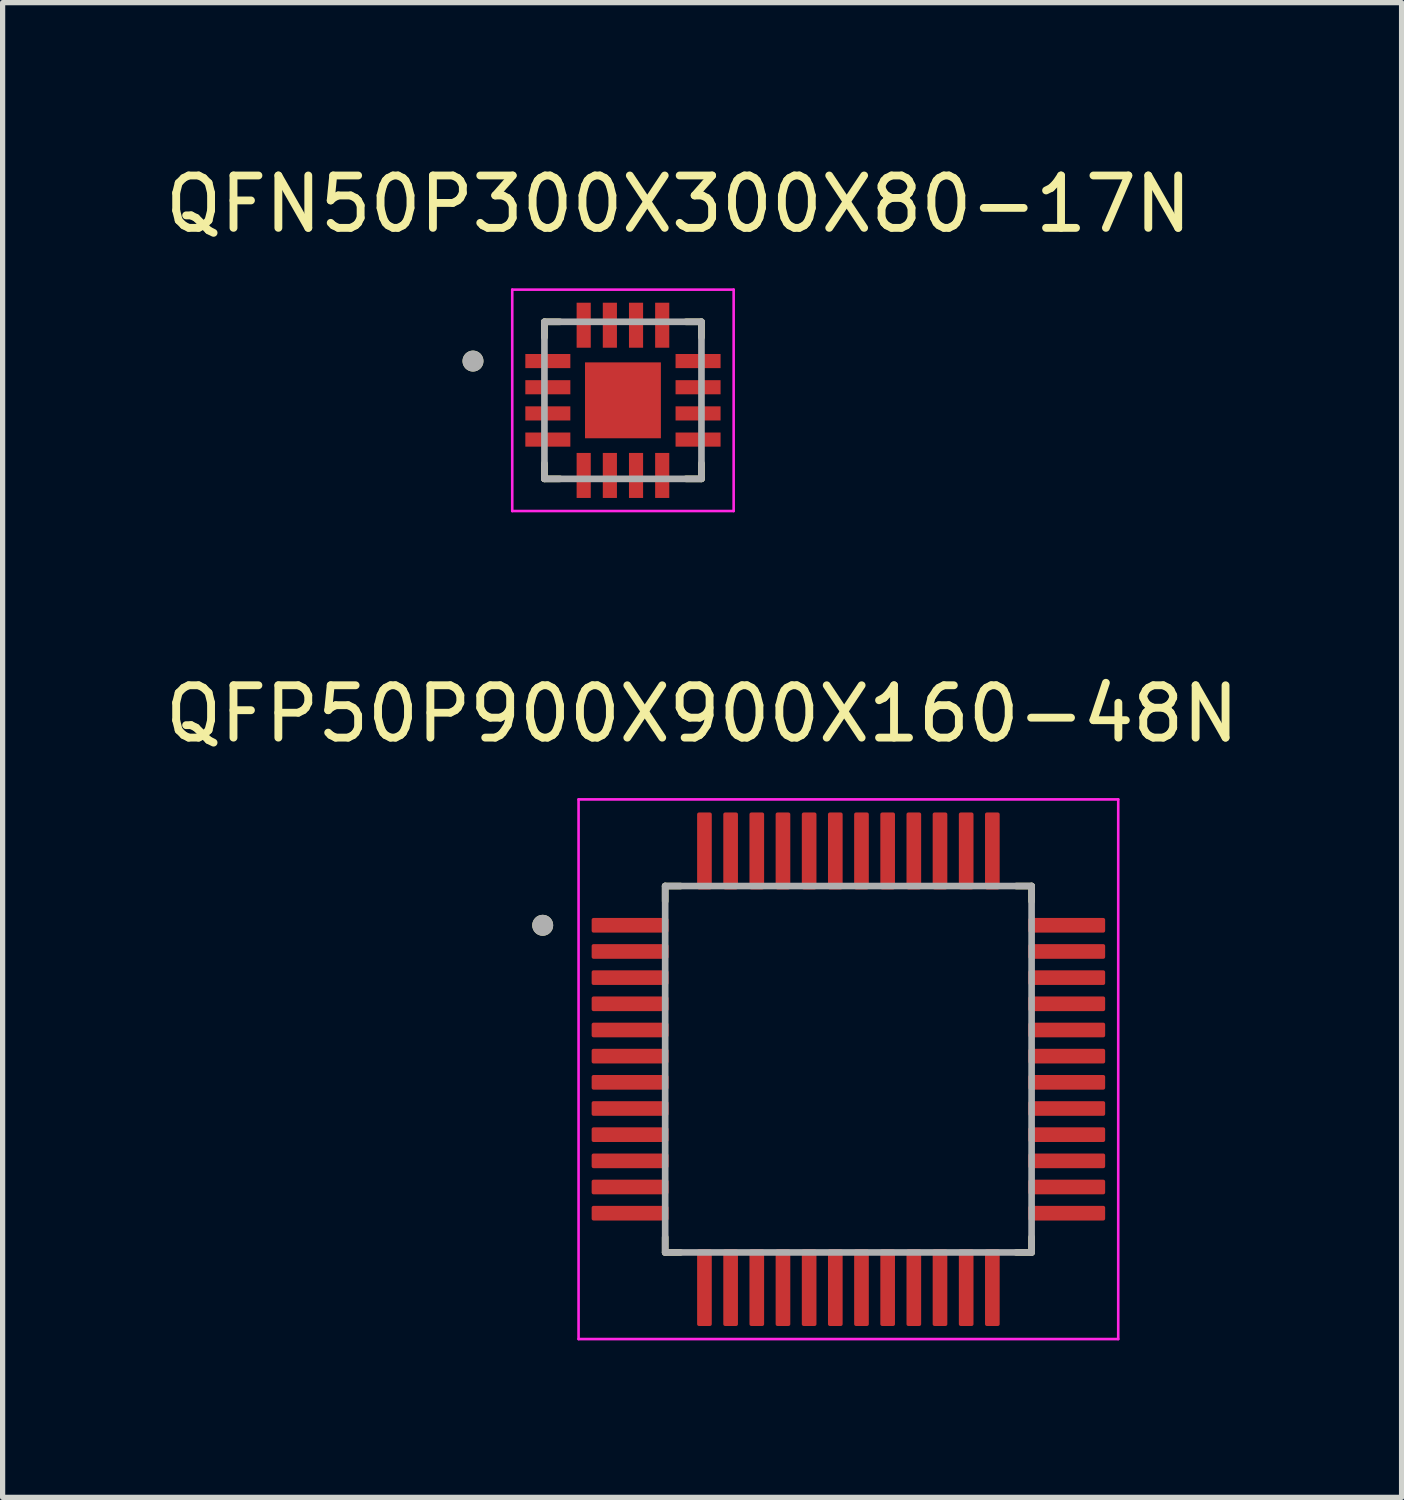
<source format=kicad_pcb>
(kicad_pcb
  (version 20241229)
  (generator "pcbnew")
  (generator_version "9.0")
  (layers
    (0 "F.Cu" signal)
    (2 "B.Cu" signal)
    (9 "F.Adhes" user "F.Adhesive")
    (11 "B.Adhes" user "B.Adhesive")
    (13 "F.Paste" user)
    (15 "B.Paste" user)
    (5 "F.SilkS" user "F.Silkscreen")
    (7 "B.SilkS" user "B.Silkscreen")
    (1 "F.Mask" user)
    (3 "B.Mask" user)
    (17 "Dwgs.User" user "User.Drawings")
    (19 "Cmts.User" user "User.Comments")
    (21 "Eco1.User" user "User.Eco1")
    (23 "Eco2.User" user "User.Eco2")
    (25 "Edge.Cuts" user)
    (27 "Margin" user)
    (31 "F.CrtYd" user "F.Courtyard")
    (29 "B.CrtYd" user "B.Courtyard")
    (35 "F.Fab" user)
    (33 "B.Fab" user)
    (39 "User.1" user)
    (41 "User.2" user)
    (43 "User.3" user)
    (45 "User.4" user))
  (footprint "QFP50P900X900X160-48N"
    (layer "F.Cu")
    (at 13.158 17.377)
    (property "Reference" "QFP50P900X900X160-48N" (at -2.795 -6.79 0) (layer "F.SilkS") (effects (font (size 1 1) (thickness 0.15))))
    (attr smd)
    (fp_line (start -3.5 -3.5) (end -3.5 -3.21) (stroke (width 0.127) (type solid)) (layer "F.SilkS"))
    (fp_line (start -3.5 -3.5) (end -3.21 -3.5) (stroke (width 0.127) (type solid)) (layer "F.SilkS"))
    (fp_line (start -3.5 3.5) (end -3.5 3.21) (stroke (width 0.127) (type solid)) (layer "F.SilkS"))
    (fp_line (start -3.5 3.5) (end -3.21 3.5) (stroke (width 0.127) (type solid)) (layer "F.SilkS"))
    (fp_line (start 3.5 -3.5) (end 3.21 -3.5) (stroke (width 0.127) (type solid)) (layer "F.SilkS"))
    (fp_line (start 3.5 -3.5) (end 3.5 -3.21) (stroke (width 0.127) (type solid)) (layer "F.SilkS"))
    (fp_line (start 3.5 3.5) (end 3.21 3.5) (stroke (width 0.127) (type solid)) (layer "F.SilkS"))
    (fp_line (start 3.5 3.5) (end 3.5 3.21) (stroke (width 0.127) (type solid)) (layer "F.SilkS"))
    (fp_circle (center -5.84 -2.75) (end -5.74 -2.75) (stroke (width 0.2) (type solid)) (fill no) (layer "F.SilkS"))
    (fp_line (start -5.155 -5.155) (end 5.155 -5.155) (stroke (width 0.05) (type solid)) (layer "F.CrtYd"))
    (fp_line (start -5.155 5.155) (end -5.155 -5.155) (stroke (width 0.05) (type solid)) (layer "F.CrtYd"))
    (fp_line (start -5.155 5.155) (end 5.155 5.155) (stroke (width 0.05) (type solid)) (layer "F.CrtYd"))
    (fp_line (start 5.155 5.155) (end 5.155 -5.155) (stroke (width 0.05) (type solid)) (layer "F.CrtYd"))
    (fp_line (start -3.5 3.5) (end -3.5 -3.5) (stroke (width 0.127) (type solid)) (layer "F.Fab"))
    (fp_line (start 3.5 -3.5) (end -3.5 -3.5) (stroke (width 0.127) (type solid)) (layer "F.Fab"))
    (fp_line (start 3.5 3.5) (end -3.5 3.5) (stroke (width 0.127) (type solid)) (layer "F.Fab"))
    (fp_line (start 3.5 3.5) (end 3.5 -3.5) (stroke (width 0.127) (type solid)) (layer "F.Fab"))
    (fp_circle (center -5.84 -2.75) (end -5.74 -2.75) (stroke (width 0.2) (type solid)) (fill no) (layer "F.Fab"))
    (pad "1" smd roundrect (at -4.17 -2.75) (size 1.47 0.28) (layers "F.Cu" "F.Mask" "F.Paste") (roundrect_rratio 0.125))
    (pad "2" smd roundrect (at -4.17 -2.25) (size 1.47 0.28) (layers "F.Cu" "F.Mask" "F.Paste") (roundrect_rratio 0.125))
    (pad "3" smd roundrect (at -4.17 -1.75) (size 1.47 0.28) (layers "F.Cu" "F.Mask" "F.Paste") (roundrect_rratio 0.125))
    (pad "4" smd roundrect (at -4.17 -1.25) (size 1.47 0.28) (layers "F.Cu" "F.Mask" "F.Paste") (roundrect_rratio 0.125))
    (pad "5" smd roundrect (at -4.17 -0.75) (size 1.47 0.28) (layers "F.Cu" "F.Mask" "F.Paste") (roundrect_rratio 0.125))
    (pad "6" smd roundrect (at -4.17 -0.25) (size 1.47 0.28) (layers "F.Cu" "F.Mask" "F.Paste") (roundrect_rratio 0.125))
    (pad "7" smd roundrect (at -4.17 0.25) (size 1.47 0.28) (layers "F.Cu" "F.Mask" "F.Paste") (roundrect_rratio 0.125))
    (pad "8" smd roundrect (at -4.17 0.75) (size 1.47 0.28) (layers "F.Cu" "F.Mask" "F.Paste") (roundrect_rratio 0.125))
    (pad "9" smd roundrect (at -4.17 1.25) (size 1.47 0.28) (layers "F.Cu" "F.Mask" "F.Paste") (roundrect_rratio 0.125))
    (pad "10" smd roundrect (at -4.17 1.75) (size 1.47 0.28) (layers "F.Cu" "F.Mask" "F.Paste") (roundrect_rratio 0.125))
    (pad "11" smd roundrect (at -4.17 2.25) (size 1.47 0.28) (layers "F.Cu" "F.Mask" "F.Paste") (roundrect_rratio 0.125))
    (pad "12" smd roundrect (at -4.17 2.75) (size 1.47 0.28) (layers "F.Cu" "F.Mask" "F.Paste") (roundrect_rratio 0.125))
    (pad "13" smd roundrect (at -2.75 4.17 90) (size 1.47 0.28) (layers "F.Cu" "F.Mask" "F.Paste") (roundrect_rratio 0.125))
    (pad "14" smd roundrect (at -2.25 4.17 90) (size 1.47 0.28) (layers "F.Cu" "F.Mask" "F.Paste") (roundrect_rratio 0.125))
    (pad "15" smd roundrect (at -1.75 4.17 90) (size 1.47 0.28) (layers "F.Cu" "F.Mask" "F.Paste") (roundrect_rratio 0.125))
    (pad "16" smd roundrect (at -1.25 4.17 90) (size 1.47 0.28) (layers "F.Cu" "F.Mask" "F.Paste") (roundrect_rratio 0.125))
    (pad "17" smd roundrect (at -0.75 4.17 90) (size 1.47 0.28) (layers "F.Cu" "F.Mask" "F.Paste") (roundrect_rratio 0.125))
    (pad "18" smd roundrect (at -0.25 4.17 90) (size 1.47 0.28) (layers "F.Cu" "F.Mask" "F.Paste") (roundrect_rratio 0.125))
    (pad "19" smd roundrect (at 0.25 4.17 90) (size 1.47 0.28) (layers "F.Cu" "F.Mask" "F.Paste") (roundrect_rratio 0.125))
    (pad "20" smd roundrect (at 0.75 4.17 90) (size 1.47 0.28) (layers "F.Cu" "F.Mask" "F.Paste") (roundrect_rratio 0.125))
    (pad "21" smd roundrect (at 1.25 4.17 90) (size 1.47 0.28) (layers "F.Cu" "F.Mask" "F.Paste") (roundrect_rratio 0.125))
    (pad "22" smd roundrect (at 1.75 4.17 90) (size 1.47 0.28) (layers "F.Cu" "F.Mask" "F.Paste") (roundrect_rratio 0.125))
    (pad "23" smd roundrect (at 2.25 4.17 90) (size 1.47 0.28) (layers "F.Cu" "F.Mask" "F.Paste") (roundrect_rratio 0.125))
    (pad "24" smd roundrect (at 2.75 4.17 90) (size 1.47 0.28) (layers "F.Cu" "F.Mask" "F.Paste") (roundrect_rratio 0.125))
    (pad "25" smd roundrect (at 4.17 2.75) (size 1.47 0.28) (layers "F.Cu" "F.Mask" "F.Paste") (roundrect_rratio 0.125))
    (pad "26" smd roundrect (at 4.17 2.25) (size 1.47 0.28) (layers "F.Cu" "F.Mask" "F.Paste") (roundrect_rratio 0.125))
    (pad "27" smd roundrect (at 4.17 1.75) (size 1.47 0.28) (layers "F.Cu" "F.Mask" "F.Paste") (roundrect_rratio 0.125))
    (pad "28" smd roundrect (at 4.17 1.25) (size 1.47 0.28) (layers "F.Cu" "F.Mask" "F.Paste") (roundrect_rratio 0.125))
    (pad "29" smd roundrect (at 4.17 0.75) (size 1.47 0.28) (layers "F.Cu" "F.Mask" "F.Paste") (roundrect_rratio 0.125))
    (pad "30" smd roundrect (at 4.17 0.25) (size 1.47 0.28) (layers "F.Cu" "F.Mask" "F.Paste") (roundrect_rratio 0.125))
    (pad "31" smd roundrect (at 4.17 -0.25) (size 1.47 0.28) (layers "F.Cu" "F.Mask" "F.Paste") (roundrect_rratio 0.125))
    (pad "32" smd roundrect (at 4.17 -0.75) (size 1.47 0.28) (layers "F.Cu" "F.Mask" "F.Paste") (roundrect_rratio 0.125))
    (pad "33" smd roundrect (at 4.17 -1.25) (size 1.47 0.28) (layers "F.Cu" "F.Mask" "F.Paste") (roundrect_rratio 0.125))
    (pad "34" smd roundrect (at 4.17 -1.75) (size 1.47 0.28) (layers "F.Cu" "F.Mask" "F.Paste") (roundrect_rratio 0.125))
    (pad "35" smd roundrect (at 4.17 -2.25) (size 1.47 0.28) (layers "F.Cu" "F.Mask" "F.Paste") (roundrect_rratio 0.125))
    (pad "36" smd roundrect (at 4.17 -2.75) (size 1.47 0.28) (layers "F.Cu" "F.Mask" "F.Paste") (roundrect_rratio 0.125))
    (pad "37" smd roundrect (at 2.75 -4.17 90) (size 1.47 0.28) (layers "F.Cu" "F.Mask" "F.Paste") (roundrect_rratio 0.125))
    (pad "38" smd roundrect (at 2.25 -4.17 90) (size 1.47 0.28) (layers "F.Cu" "F.Mask" "F.Paste") (roundrect_rratio 0.125))
    (pad "39" smd roundrect (at 1.75 -4.17 90) (size 1.47 0.28) (layers "F.Cu" "F.Mask" "F.Paste") (roundrect_rratio 0.125))
    (pad "40" smd roundrect (at 1.25 -4.17 90) (size 1.47 0.28) (layers "F.Cu" "F.Mask" "F.Paste") (roundrect_rratio 0.125))
    (pad "41" smd roundrect (at 0.75 -4.17 90) (size 1.47 0.28) (layers "F.Cu" "F.Mask" "F.Paste") (roundrect_rratio 0.125))
    (pad "42" smd roundrect (at 0.25 -4.17 90) (size 1.47 0.28) (layers "F.Cu" "F.Mask" "F.Paste") (roundrect_rratio 0.125))
    (pad "43" smd roundrect (at -0.25 -4.17 90) (size 1.47 0.28) (layers "F.Cu" "F.Mask" "F.Paste") (roundrect_rratio 0.125))
    (pad "44" smd roundrect (at -0.75 -4.17 90) (size 1.47 0.28) (layers "F.Cu" "F.Mask" "F.Paste") (roundrect_rratio 0.125))
    (pad "45" smd roundrect (at -1.25 -4.17 90) (size 1.47 0.28) (layers "F.Cu" "F.Mask" "F.Paste") (roundrect_rratio 0.125))
    (pad "46" smd roundrect (at -1.75 -4.17 90) (size 1.47 0.28) (layers "F.Cu" "F.Mask" "F.Paste") (roundrect_rratio 0.125))
    (pad "47" smd roundrect (at -2.25 -4.17 90) (size 1.47 0.28) (layers "F.Cu" "F.Mask" "F.Paste") (roundrect_rratio 0.125))
    (pad "48" smd roundrect (at -2.75 -4.17 90) (size 1.47 0.28) (layers "F.Cu" "F.Mask" "F.Paste") (roundrect_rratio 0.125)))
  (footprint "QFN50P300X300X80-17N"
    (layer "F.Cu")
    (at 8.851 4.598)
    (property "Reference" "QFN50P300X300X80-17N" (at 1.06 -3.75 0) (layer "F.SilkS") (effects (font (size 1 1) (thickness 0.15))))
    (attr smd)
    (fp_poly (pts (xy -1.915 -0.935) (xy -0.955 -0.935) (xy -0.955 -0.565) (xy -1.915 -0.565)) (stroke (width 0.01) (type solid)) (fill yes) (layer "F.Mask"))
    (fp_poly (pts (xy -1.915 -0.435) (xy -0.955 -0.435) (xy -0.955 -0.065) (xy -1.915 -0.065)) (stroke (width 0.01) (type solid)) (fill yes) (layer "F.Mask"))
    (fp_poly (pts (xy -1.915 0.065) (xy -0.955 0.065) (xy -0.955 0.435) (xy -1.915 0.435)) (stroke (width 0.01) (type solid)) (fill yes) (layer "F.Mask"))
    (fp_poly (pts (xy -1.915 0.565) (xy -0.955 0.565) (xy -0.955 0.935) (xy -1.915 0.935)) (stroke (width 0.01) (type solid)) (fill yes) (layer "F.Mask"))
    (fp_poly (pts (xy -0.935 -1.915) (xy -0.565 -1.915) (xy -0.565 -0.955) (xy -0.935 -0.955)) (stroke (width 0.01) (type solid)) (fill yes) (layer "F.Mask"))
    (fp_poly (pts (xy -0.935 0.955) (xy -0.565 0.955) (xy -0.565 1.915) (xy -0.935 1.915)) (stroke (width 0.01) (type solid)) (fill yes) (layer "F.Mask"))
    (fp_poly (pts (xy -0.435 -1.915) (xy -0.065 -1.915) (xy -0.065 -0.955) (xy -0.435 -0.955)) (stroke (width 0.01) (type solid)) (fill yes) (layer "F.Mask"))
    (fp_poly (pts (xy -0.435 0.955) (xy -0.065 0.955) (xy -0.065 1.915) (xy -0.435 1.915)) (stroke (width 0.01) (type solid)) (fill yes) (layer "F.Mask"))
    (fp_poly (pts (xy 0.065 -1.915) (xy 0.435 -1.915) (xy 0.435 -0.955) (xy 0.065 -0.955)) (stroke (width 0.01) (type solid)) (fill yes) (layer "F.Mask"))
    (fp_poly (pts (xy 0.065 0.955) (xy 0.435 0.955) (xy 0.435 1.915) (xy 0.065 1.915)) (stroke (width 0.01) (type solid)) (fill yes) (layer "F.Mask"))
    (fp_poly (pts (xy 0.565 -1.915) (xy 0.935 -1.915) (xy 0.935 -0.955) (xy 0.565 -0.955)) (stroke (width 0.01) (type solid)) (fill yes) (layer "F.Mask"))
    (fp_poly (pts (xy 0.565 0.955) (xy 0.935 0.955) (xy 0.935 1.915) (xy 0.565 1.915)) (stroke (width 0.01) (type solid)) (fill yes) (layer "F.Mask"))
    (fp_poly (pts (xy 0.955 -0.935) (xy 1.915 -0.935) (xy 1.915 -0.565) (xy 0.955 -0.565)) (stroke (width 0.01) (type solid)) (fill yes) (layer "F.Mask"))
    (fp_poly (pts (xy 0.955 -0.435) (xy 1.915 -0.435) (xy 1.915 -0.065) (xy 0.955 -0.065)) (stroke (width 0.01) (type solid)) (fill yes) (layer "F.Mask"))
    (fp_poly (pts (xy 0.955 0.065) (xy 1.915 0.065) (xy 1.915 0.435) (xy 0.955 0.435)) (stroke (width 0.01) (type solid)) (fill yes) (layer "F.Mask"))
    (fp_poly (pts (xy 0.955 0.565) (xy 1.915 0.565) (xy 1.915 0.935) (xy 0.955 0.935)) (stroke (width 0.01) (type solid)) (fill yes) (layer "F.Mask"))
    (fp_line (start -1.5 -1.5) (end -1.5 -1.205) (stroke (width 0.127) (type solid)) (layer "F.SilkS"))
    (fp_line (start -1.5 1.5) (end -1.5 1.205) (stroke (width 0.127) (type solid)) (layer "F.SilkS"))
    (fp_line (start -1.5 1.5) (end -1.205 1.5) (stroke (width 0.127) (type solid)) (layer "F.SilkS"))
    (fp_line (start -1.205 -1.5) (end -1.5 -1.5) (stroke (width 0.127) (type solid)) (layer "F.SilkS"))
    (fp_line (start 1.205 1.5) (end 1.5 1.5) (stroke (width 0.127) (type solid)) (layer "F.SilkS"))
    (fp_line (start 1.5 -1.5) (end 1.205 -1.5) (stroke (width 0.127) (type solid)) (layer "F.SilkS"))
    (fp_line (start 1.5 -1.205) (end 1.5 -1.5) (stroke (width 0.127) (type solid)) (layer "F.SilkS"))
    (fp_line (start 1.5 1.5) (end 1.5 1.205) (stroke (width 0.127) (type solid)) (layer "F.SilkS"))
    (fp_circle (center -2.865 -0.75) (end -2.765 -0.75) (stroke (width 0.2) (type solid)) (fill no) (layer "F.SilkS"))
    (fp_poly (pts (xy -0.459 -0.459) (xy 0.459 -0.459) (xy 0.459 0.459) (xy -0.459 0.459)) (stroke (width 0.01) (type solid)) (fill yes) (layer "F.Paste"))
    (fp_line (start -2.115 -2.115) (end -2.115 2.115) (stroke (width 0.05) (type solid)) (layer "F.CrtYd"))
    (fp_line (start -2.115 2.115) (end 2.115 2.115) (stroke (width 0.05) (type solid)) (layer "F.CrtYd"))
    (fp_line (start 2.115 -2.115) (end -2.115 -2.115) (stroke (width 0.05) (type solid)) (layer "F.CrtYd"))
    (fp_line (start 2.115 2.115) (end 2.115 -2.115) (stroke (width 0.05) (type solid)) (layer "F.CrtYd"))
    (fp_line (start -1.5 -1.5) (end -1.5 1.5) (stroke (width 0.127) (type solid)) (layer "F.Fab"))
    (fp_line (start -1.5 1.5) (end 1.5 1.5) (stroke (width 0.127) (type solid)) (layer "F.Fab"))
    (fp_line (start 1.5 -1.5) (end -1.5 -1.5) (stroke (width 0.127) (type solid)) (layer "F.Fab"))
    (fp_line (start 1.5 1.5) (end 1.5 -1.5) (stroke (width 0.127) (type solid)) (layer "F.Fab"))
    (fp_circle (center -2.865 -0.75) (end -2.765 -0.75) (stroke (width 0.2) (type solid)) (fill no) (layer "F.Fab"))
    (pad "1" smd rect (at -1.435 -0.75) (size 0.86 0.27) (layers "F.Cu" "F.Paste"))
    (pad "2" smd rect (at -1.435 -0.25) (size 0.86 0.27) (layers "F.Cu" "F.Paste"))
    (pad "3" smd rect (at -1.435 0.25) (size 0.86 0.27) (layers "F.Cu" "F.Paste"))
    (pad "4" smd rect (at -1.435 0.75) (size 0.86 0.27) (layers "F.Cu" "F.Paste"))
    (pad "5" smd rect (at -0.75 1.435) (size 0.27 0.86) (layers "F.Cu" "F.Paste"))
    (pad "6" smd rect (at -0.25 1.435) (size 0.27 0.86) (layers "F.Cu" "F.Paste"))
    (pad "7" smd rect (at 0.25 1.435) (size 0.27 0.86) (layers "F.Cu" "F.Paste"))
    (pad "8" smd rect (at 0.75 1.435) (size 0.27 0.86) (layers "F.Cu" "F.Paste"))
    (pad "9" smd rect (at 1.435 0.75) (size 0.86 0.27) (layers "F.Cu" "F.Paste"))
    (pad "10" smd rect (at 1.435 0.25) (size 0.86 0.27) (layers "F.Cu" "F.Paste"))
    (pad "11" smd rect (at 1.435 -0.25) (size 0.86 0.27) (layers "F.Cu" "F.Paste"))
    (pad "12" smd rect (at 1.435 -0.75) (size 0.86 0.27) (layers "F.Cu" "F.Paste"))
    (pad "13" smd rect (at 0.75 -1.435) (size 0.27 0.86) (layers "F.Cu" "F.Paste"))
    (pad "14" smd rect (at 0.25 -1.435) (size 0.27 0.86) (layers "F.Cu" "F.Paste"))
    (pad "15" smd rect (at -0.25 -1.435) (size 0.27 0.86) (layers "F.Cu" "F.Paste"))
    (pad "16" smd rect (at -0.75 -1.435) (size 0.27 0.86) (layers "F.Cu" "F.Paste"))
    (pad "17" smd rect (at 0 0) (size 1.45 1.45) (layers "F.Cu" "F.Mask")))
  (gr_rect
    (start -3 -3)
    (end 23.726 25.556)
    (stroke (width 0.1) (type default))
    (fill no)
    (layer "Edge.Cuts")))
</source>
